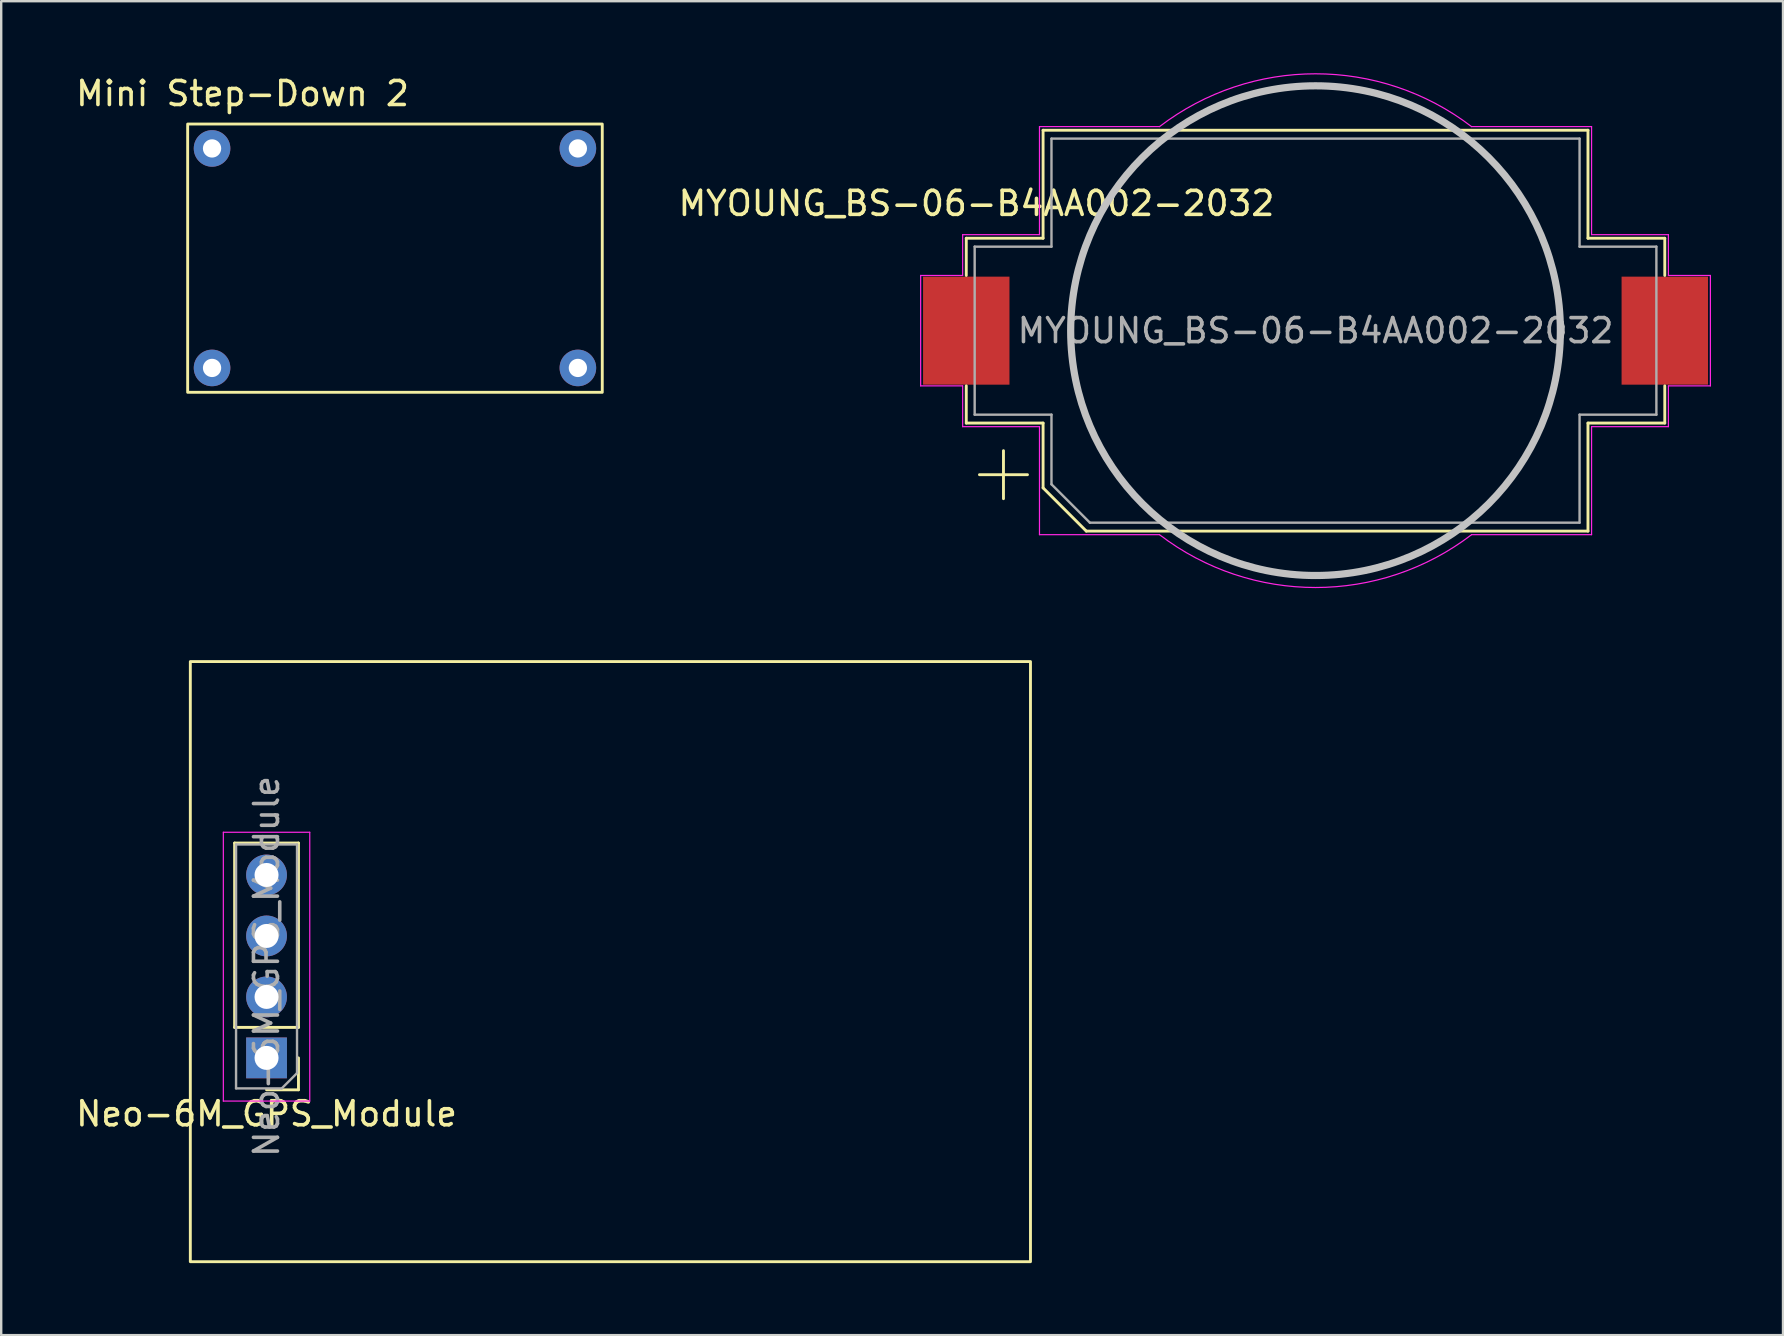
<source format=kicad_pcb>
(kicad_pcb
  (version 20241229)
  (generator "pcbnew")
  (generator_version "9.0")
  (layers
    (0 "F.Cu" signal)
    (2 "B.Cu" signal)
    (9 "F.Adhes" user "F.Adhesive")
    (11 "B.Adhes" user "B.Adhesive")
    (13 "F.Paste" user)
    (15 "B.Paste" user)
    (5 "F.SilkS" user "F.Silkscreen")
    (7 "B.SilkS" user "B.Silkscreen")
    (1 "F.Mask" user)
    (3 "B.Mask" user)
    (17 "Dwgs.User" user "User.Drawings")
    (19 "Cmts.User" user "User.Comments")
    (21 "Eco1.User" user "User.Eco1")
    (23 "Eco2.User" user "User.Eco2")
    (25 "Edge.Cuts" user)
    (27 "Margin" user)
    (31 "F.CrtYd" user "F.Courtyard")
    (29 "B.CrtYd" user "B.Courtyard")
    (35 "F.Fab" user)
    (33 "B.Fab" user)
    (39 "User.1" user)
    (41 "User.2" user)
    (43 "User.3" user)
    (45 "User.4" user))
  (footprint "Mini Step-Down 2"
    (layer "F.Cu")
    (at 13.404 8.468)
    (property "Reference" "Mini Step-Down 2" (at -6.35 -7.62 0) (unlocked yes) (layer "F.SilkS") (effects (font (size 1 1) (thickness 0.15))))
    (attr through_hole)
    (fp_rect (start -8.636 -6.35) (end 8.636 4.826) (stroke (width 0.12) (type solid)) (fill no) (layer "F.SilkS"))
    (pad "1" thru_hole circle (at -7.62 3.81) (size 1.524 1.524) (drill 0.762) (layers "*.Cu" "*.Mask"))
    (pad "2" thru_hole circle (at -7.62 -5.334) (size 1.524 1.524) (drill 0.762) (layers "*.Cu" "*.Mask"))
    (pad "3" thru_hole circle (at 7.62 3.81) (size 1.524 1.524) (drill 0.762) (layers "*.Cu" "*.Mask"))
    (pad "4" thru_hole circle (at 7.62 -5.334) (size 1.524 1.524) (drill 0.762) (layers "*.Cu" "*.Mask")))
  (footprint "MYOUNG_BS-06-B4AA002-2032"
    (layer "F.Cu")
    (at 51.754 10.725)
    (property "Reference" "MYOUNG_BS-06-B4AA002-2032" (at -14.125 -5.3 0) (layer "F.SilkS") (effects (font (size 1 1) (thickness 0.15))))
    (attr smd)
    (fp_line (start -14.55 -3.85) (end -14.55 -2.3) (stroke (width 0.12) (type solid)) (layer "F.SilkS"))
    (fp_line (start -14.55 3.85) (end -14.55 2.3) (stroke (width 0.12) (type solid)) (layer "F.SilkS"))
    (fp_line (start -13 5) (end -13 7) (stroke (width 0.12) (type solid)) (layer "F.SilkS"))
    (fp_line (start -12 6) (end -14 6) (stroke (width 0.12) (type solid)) (layer "F.SilkS"))
    (fp_line (start -11.35 -8.35) (end -11.35 -3.85) (stroke (width 0.12) (type solid)) (layer "F.SilkS"))
    (fp_line (start -11.35 -8.35) (end 11.35 -8.35) (stroke (width 0.12) (type solid)) (layer "F.SilkS"))
    (fp_line (start -11.35 -3.85) (end -14.55 -3.85) (stroke (width 0.12) (type solid)) (layer "F.SilkS"))
    (fp_line (start -11.35 3.85) (end -14.55 3.85) (stroke (width 0.12) (type solid)) (layer "F.SilkS"))
    (fp_line (start -11.35 6.55) (end -11.35 3.85) (stroke (width 0.12) (type solid)) (layer "F.SilkS"))
    (fp_line (start -9.55 8.35) (end -11.35 6.55) (stroke (width 0.12) (type solid)) (layer "F.SilkS"))
    (fp_line (start 11.35 -8.35) (end 11.35 -3.85) (stroke (width 0.12) (type solid)) (layer "F.SilkS"))
    (fp_line (start 11.35 -3.85) (end 14.55 -3.85) (stroke (width 0.12) (type solid)) (layer "F.SilkS"))
    (fp_line (start 11.35 3.85) (end 14.55 3.85) (stroke (width 0.12) (type solid)) (layer "F.SilkS"))
    (fp_line (start 11.35 8.35) (end -9.55 8.35) (stroke (width 0.12) (type solid)) (layer "F.SilkS"))
    (fp_line (start 11.35 8.35) (end 11.35 3.85) (stroke (width 0.12) (type solid)) (layer "F.SilkS"))
    (fp_line (start 14.55 -3.85) (end 14.55 -2.3) (stroke (width 0.12) (type solid)) (layer "F.SilkS"))
    (fp_line (start 14.55 3.85) (end 14.55 2.3) (stroke (width 0.12) (type solid)) (layer "F.SilkS"))
    (fp_circle (center 0 0) (end -10.2 0) (stroke (width 0.3) (type solid)) (fill no) (layer "Dwgs.User"))
    (fp_line (start -16.45 2.3) (end -16.45 -2.3) (stroke (width 0.05) (type solid)) (layer "F.CrtYd"))
    (fp_line (start -14.7 -4) (end -11.5 -4) (stroke (width 0.05) (type solid)) (layer "F.CrtYd"))
    (fp_line (start -14.7 -2.3) (end -16.45 -2.3) (stroke (width 0.05) (type solid)) (layer "F.CrtYd"))
    (fp_line (start -14.7 -2.3) (end -14.7 -4) (stroke (width 0.05) (type solid)) (layer "F.CrtYd"))
    (fp_line (start -14.7 2.3) (end -16.45 2.3) (stroke (width 0.05) (type solid)) (layer "F.CrtYd"))
    (fp_line (start -14.7 4) (end -14.7 2.3) (stroke (width 0.05) (type solid)) (layer "F.CrtYd"))
    (fp_line (start -14.7 4) (end -11.5 4) (stroke (width 0.05) (type solid)) (layer "F.CrtYd"))
    (fp_line (start -11.5 -8.5) (end -6.5 -8.5) (stroke (width 0.05) (type solid)) (layer "F.CrtYd"))
    (fp_line (start -11.5 -4) (end -11.5 -8.5) (stroke (width 0.05) (type solid)) (layer "F.CrtYd"))
    (fp_line (start -11.5 4) (end -11.5 8.5) (stroke (width 0.05) (type solid)) (layer "F.CrtYd"))
    (fp_line (start -6.5 8.5) (end -11.5 8.5) (stroke (width 0.05) (type solid)) (layer "F.CrtYd"))
    (fp_line (start 11.5 -8.5) (end 6.5 -8.5) (stroke (width 0.05) (type solid)) (layer "F.CrtYd"))
    (fp_line (start 11.5 -8.5) (end 11.5 -4) (stroke (width 0.05) (type solid)) (layer "F.CrtYd"))
    (fp_line (start 11.5 -4) (end 14.7 -4) (stroke (width 0.05) (type solid)) (layer "F.CrtYd"))
    (fp_line (start 11.5 4) (end 11.5 8.5) (stroke (width 0.05) (type solid)) (layer "F.CrtYd"))
    (fp_line (start 11.5 8.5) (end 6.5 8.5) (stroke (width 0.05) (type solid)) (layer "F.CrtYd"))
    (fp_line (start 14.7 -4) (end 14.7 -2.3) (stroke (width 0.05) (type solid)) (layer "F.CrtYd"))
    (fp_line (start 14.7 -2.3) (end 16.45 -2.3) (stroke (width 0.05) (type solid)) (layer "F.CrtYd"))
    (fp_line (start 14.7 2.3) (end 14.7 4) (stroke (width 0.05) (type solid)) (layer "F.CrtYd"))
    (fp_line (start 14.7 4) (end 11.5 4) (stroke (width 0.05) (type solid)) (layer "F.CrtYd"))
    (fp_line (start 16.45 -2.3) (end 16.45 2.3) (stroke (width 0.05) (type solid)) (layer "F.CrtYd"))
    (fp_line (start 16.45 2.3) (end 14.7 2.3) (stroke (width 0.05) (type solid)) (layer "F.CrtYd"))
    (fp_arc (start -6.499999 -8.5) (mid 0 -10.700467) (end 6.5 -8.5) (stroke (width 0.05) (type solid)) (layer "F.CrtYd"))
    (fp_arc (start 6.499999 8.5) (mid 0 10.700467) (end -6.5 8.5) (stroke (width 0.05) (type solid)) (layer "F.CrtYd"))
    (fp_line (start -14.2 -3.5) (end -11 -3.5) (stroke (width 0.1) (type solid)) (layer "F.Fab"))
    (fp_line (start -14.2 3.5) (end -14.2 -3.5) (stroke (width 0.1) (type solid)) (layer "F.Fab"))
    (fp_line (start -11 -8) (end -11 -3.5) (stroke (width 0.1) (type solid)) (layer "F.Fab"))
    (fp_line (start -11 3.5) (end -14.2 3.5) (stroke (width 0.1) (type solid)) (layer "F.Fab"))
    (fp_line (start -11 6.4) (end -11 3.5) (stroke (width 0.1) (type solid)) (layer "F.Fab"))
    (fp_line (start -9.4 8) (end -11 6.4) (stroke (width 0.1) (type solid)) (layer "F.Fab"))
    (fp_line (start 11 -8) (end -11 -8) (stroke (width 0.1) (type solid)) (layer "F.Fab"))
    (fp_line (start 11 -8) (end 11 -3.5) (stroke (width 0.1) (type solid)) (layer "F.Fab"))
    (fp_line (start 11 3.5) (end 14.2 3.5) (stroke (width 0.1) (type solid)) (layer "F.Fab"))
    (fp_line (start 11 8) (end -9.4 8) (stroke (width 0.1) (type solid)) (layer "F.Fab"))
    (fp_line (start 11 8) (end 11 3.5) (stroke (width 0.1) (type solid)) (layer "F.Fab"))
    (fp_line (start 14.2 -3.5) (end 11 -3.5) (stroke (width 0.1) (type solid)) (layer "F.Fab"))
    (fp_line (start 14.2 3.5) (end 14.2 -3.5) (stroke (width 0.1) (type solid)) (layer "F.Fab"))
    (fp_text user "${REFERENCE}" (at 0 0 0) (layer "F.Fab") (effects (font (size 1 1) (thickness 0.15))))
    (pad "1" smd rect (at -14.55 0 180) (size 3.6 4.5) (layers "F.Cu" "F.Mask" "F.Paste"))
    (pad "2" smd rect (at 14.55 0 180) (size 3.6 4.5) (layers "F.Cu" "F.Mask" "F.Paste")))
  (footprint "Neo-6M_GPS_Module"
    (layer "F.Cu")
    (at 20.119 37.211)
    (property "Reference" "Neo-6M_GPS_Module" (at -12.065 6.14 180) (layer "F.SilkS") (effects (font (size 1 1) (thickness 0.15))))
    (attr through_hole)
    (fp_line (start -13.395 2.54) (end -13.395 -5.14) (stroke (width 0.12) (type solid)) (layer "F.SilkS"))
    (fp_line (start -10.735 -5.14) (end -13.395 -5.14) (stroke (width 0.12) (type solid)) (layer "F.SilkS"))
    (fp_line (start -10.735 2.54) (end -13.395 2.54) (stroke (width 0.12) (type solid)) (layer "F.SilkS"))
    (fp_line (start -10.735 2.54) (end -10.735 -5.14) (stroke (width 0.12) (type solid)) (layer "F.SilkS"))
    (fp_line (start -10.735 3.81) (end -10.735 5.14) (stroke (width 0.12) (type solid)) (layer "F.SilkS"))
    (fp_line (start -10.735 5.14) (end -12.065 5.14) (stroke (width 0.12) (type solid)) (layer "F.SilkS"))
    (fp_rect (start -15.24 -12.7) (end 19.76 12.3) (stroke (width 0.12) (type default)) (fill no) (layer "F.SilkS"))
    (fp_line (start -13.865 -5.59) (end -13.865 5.61) (stroke (width 0.05) (type solid)) (layer "F.CrtYd"))
    (fp_line (start -13.865 5.61) (end -10.265 5.61) (stroke (width 0.05) (type solid)) (layer "F.CrtYd"))
    (fp_line (start -10.265 -5.59) (end -13.865 -5.59) (stroke (width 0.05) (type solid)) (layer "F.CrtYd"))
    (fp_line (start -10.265 5.61) (end -10.265 -5.59) (stroke (width 0.05) (type solid)) (layer "F.CrtYd"))
    (fp_line (start -13.335 -5.08) (end -10.795 -5.08) (stroke (width 0.1) (type solid)) (layer "F.Fab"))
    (fp_line (start -13.335 5.08) (end -13.335 -5.08) (stroke (width 0.1) (type solid)) (layer "F.Fab"))
    (fp_line (start -11.43 5.08) (end -13.335 5.08) (stroke (width 0.1) (type solid)) (layer "F.Fab"))
    (fp_line (start -10.795 -5.08) (end -10.795 4.445) (stroke (width 0.1) (type solid)) (layer "F.Fab"))
    (fp_line (start -10.795 4.445) (end -11.43 5.08) (stroke (width 0.1) (type solid)) (layer "F.Fab"))
    (fp_text user "${REFERENCE}" (at -12.065 0 270) (layer "F.Fab") (effects (font (size 1 1) (thickness 0.15))))
    (pad "1" thru_hole rect (at -12.065 3.81 180) (size 1.7 1.7) (drill 1) (layers "*.Cu" "*.Mask"))
    (pad "2" thru_hole oval (at -12.065 1.27 180) (size 1.7 1.7) (drill 1) (layers "*.Cu" "*.Mask"))
    (pad "3" thru_hole oval (at -12.065 -1.27 180) (size 1.7 1.7) (drill 1) (layers "*.Cu" "*.Mask"))
    (pad "4" thru_hole oval (at -12.065 -3.81 180) (size 1.7 1.7) (drill 1) (layers "*.Cu" "*.Mask")))
  (gr_rect
    (start -3 -3)
    (end 71.229 52.571)
    (stroke (width 0.1) (type default))
    (fill no)
    (layer "Edge.Cuts")))
</source>
